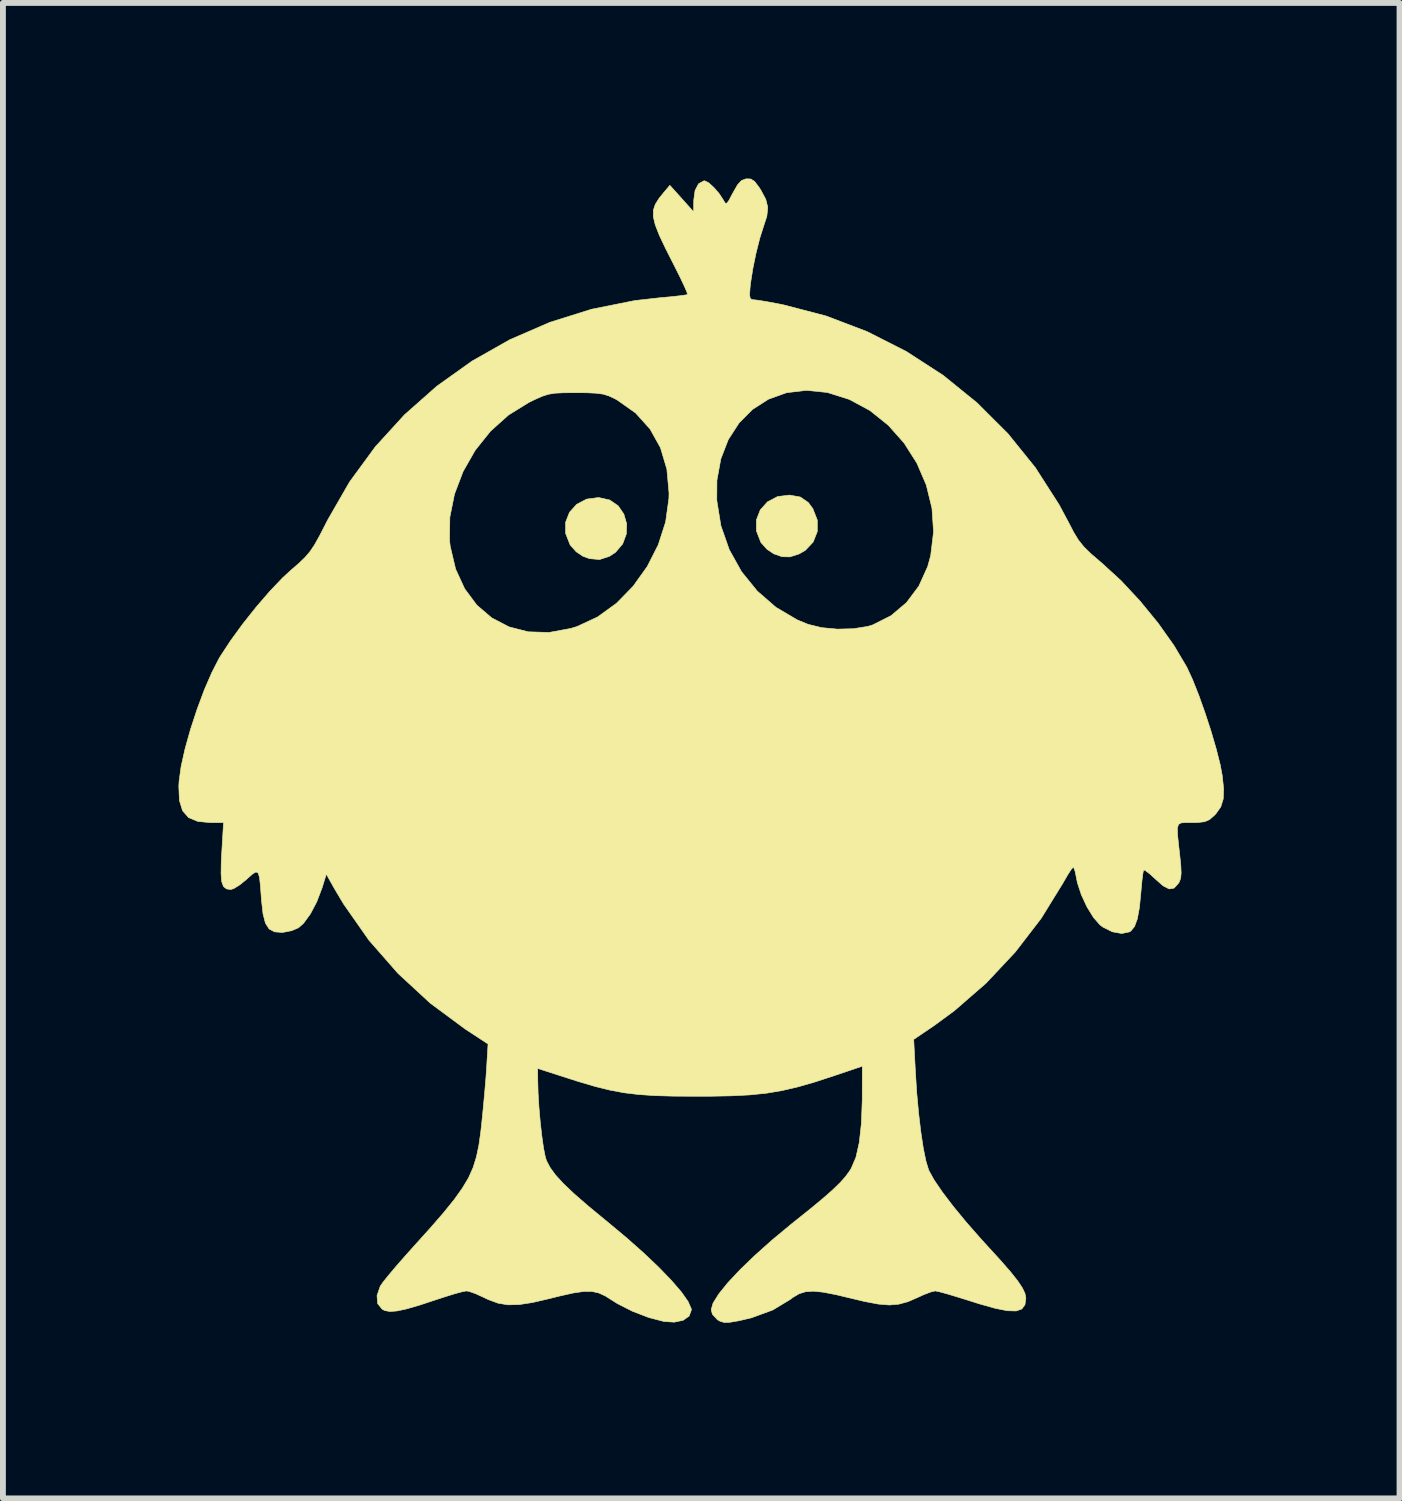
<source format=kicad_pcb>
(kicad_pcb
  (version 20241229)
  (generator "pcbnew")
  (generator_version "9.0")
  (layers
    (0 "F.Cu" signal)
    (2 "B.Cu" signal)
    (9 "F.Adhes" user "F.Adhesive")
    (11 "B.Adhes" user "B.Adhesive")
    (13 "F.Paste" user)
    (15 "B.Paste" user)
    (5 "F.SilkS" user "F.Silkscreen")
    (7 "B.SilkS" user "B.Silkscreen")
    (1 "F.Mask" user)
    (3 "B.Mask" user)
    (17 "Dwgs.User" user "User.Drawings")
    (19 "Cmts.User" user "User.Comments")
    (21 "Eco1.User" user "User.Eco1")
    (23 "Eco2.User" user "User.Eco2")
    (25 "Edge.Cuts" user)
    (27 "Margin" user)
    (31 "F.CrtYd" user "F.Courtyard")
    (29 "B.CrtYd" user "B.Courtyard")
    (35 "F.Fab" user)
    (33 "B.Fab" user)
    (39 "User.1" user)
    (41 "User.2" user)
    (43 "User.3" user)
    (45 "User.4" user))
  (footprint "duk-20mm"
    (layer "F.Cu")
    (at 8.888 9.776)
    (property "Reference" "duk-20mm" (at 0 0 0) (layer "F.SilkS") (effects (font (size 1.524 1.524) (thickness 0.3))))
    (attr through_hole)
    (fp_poly (pts (xy -1.522 -4.284) (xy -1.377 -4.184) (xy -1.28 -4.043) (xy -1.232 -3.877) (xy -1.238 -3.702) (xy -1.3 -3.534) (xy -1.421 -3.391) (xy -1.526 -3.322) (xy -1.693 -3.267) (xy -1.866 -3.282) (xy -1.978 -3.322) (xy -2.094 -3.4) (xy -2.193 -3.511) (xy -2.2 -3.522) (xy -2.275 -3.714) (xy -2.275 -3.903) (xy -2.209 -4.073) (xy -2.086 -4.21) (xy -1.916 -4.299) (xy -1.711 -4.326) (xy -1.522 -4.284)) (stroke (width 0.01) (type solid)) (fill yes) (layer "F.SilkS"))
    (fp_poly (pts (xy 1.734 -4.335) (xy 1.871 -4.241) (xy 1.949 -4.135) (xy 2.025 -3.941) (xy 2.025 -3.745) (xy 1.955 -3.567) (xy 1.821 -3.424) (xy 1.709 -3.36) (xy 1.556 -3.312) (xy 1.424 -3.315) (xy 1.281 -3.365) (xy 1.165 -3.443) (xy 1.066 -3.553) (xy 1.059 -3.564) (xy 0.985 -3.756) (xy 0.985 -3.945) (xy 1.051 -4.115) (xy 1.174 -4.252) (xy 1.344 -4.342) (xy 1.549 -4.368) (xy 1.734 -4.335)) (stroke (width 0.01) (type solid)) (fill yes) (layer "F.SilkS"))
    (fp_poly (pts (xy 0.889 -9.768) (xy 0.953 -9.727) (xy 1.026 -9.632) (xy 1.058 -9.583) (xy 1.144 -9.423) (xy 1.179 -9.283) (xy 1.163 -9.131) (xy 1.105 -8.954) (xy 1.041 -8.752) (xy 0.978 -8.5) (xy 0.923 -8.233) (xy 0.884 -7.985) (xy 0.876 -7.906) (xy 0.868 -7.784) (xy 0.881 -7.724) (xy 0.92 -7.705) (xy 0.94 -7.705) (xy 1.016 -7.696) (xy 1.152 -7.674) (xy 1.327 -7.642) (xy 1.443 -7.619) (xy 2.175 -7.428) (xy 2.878 -7.16) (xy 3.546 -6.821) (xy 4.173 -6.415) (xy 4.753 -5.945) (xy 5.281 -5.418) (xy 5.75 -4.837) (xy 6.154 -4.207) (xy 6.313 -3.91) (xy 6.406 -3.731) (xy 6.488 -3.597) (xy 6.579 -3.484) (xy 6.697 -3.368) (xy 6.861 -3.227) (xy 6.886 -3.206) (xy 7.214 -2.906) (xy 7.54 -2.556) (xy 7.848 -2.179) (xy 8.119 -1.797) (xy 8.335 -1.433) (xy 8.34 -1.423) (xy 8.437 -1.213) (xy 8.543 -0.946) (xy 8.65 -0.645) (xy 8.752 -0.333) (xy 8.84 -0.032) (xy 8.907 0.233) (xy 8.942 0.417) (xy 8.967 0.651) (xy 8.96 0.824) (xy 8.918 0.959) (xy 8.836 1.075) (xy 8.806 1.106) (xy 8.726 1.176) (xy 8.643 1.212) (xy 8.527 1.226) (xy 8.428 1.228) (xy 8.315 1.227) (xy 8.239 1.233) (xy 8.195 1.26) (xy 8.177 1.322) (xy 8.179 1.431) (xy 8.197 1.603) (xy 8.215 1.762) (xy 8.235 1.957) (xy 8.241 2.088) (xy 8.233 2.176) (xy 8.21 2.24) (xy 8.193 2.268) (xy 8.12 2.347) (xy 8.037 2.361) (xy 7.933 2.308) (xy 7.802 2.193) (xy 7.704 2.103) (xy 7.63 2.047) (xy 7.601 2.036) (xy 7.589 2.085) (xy 7.574 2.198) (xy 7.559 2.352) (xy 7.554 2.415) (xy 7.528 2.681) (xy 7.492 2.874) (xy 7.444 3.004) (xy 7.381 3.08) (xy 7.358 3.095) (xy 7.226 3.122) (xy 7.065 3.093) (xy 6.905 3.013) (xy 6.853 2.974) (xy 6.743 2.848) (xy 6.632 2.667) (xy 6.536 2.461) (xy 6.469 2.257) (xy 6.452 2.172) (xy 6.43 2.062) (xy 6.406 1.997) (xy 6.397 1.99) (xy 6.365 2.024) (xy 6.306 2.115) (xy 6.232 2.242) (xy 6.226 2.254) (xy 5.851 2.862) (xy 5.408 3.438) (xy 4.909 3.97) (xy 4.366 4.442) (xy 4.027 4.691) (xy 3.672 4.932) (xy 3.701 5.482) (xy 3.724 5.847) (xy 3.756 6.195) (xy 3.794 6.514) (xy 3.836 6.791) (xy 3.881 7.011) (xy 3.927 7.161) (xy 3.932 7.173) (xy 4.02 7.332) (xy 4.16 7.538) (xy 4.345 7.781) (xy 4.566 8.05) (xy 4.815 8.334) (xy 4.936 8.467) (xy 5.16 8.712) (xy 5.329 8.906) (xy 5.45 9.059) (xy 5.529 9.178) (xy 5.573 9.272) (xy 5.588 9.35) (xy 5.588 9.357) (xy 5.572 9.466) (xy 5.519 9.537) (xy 5.422 9.571) (xy 5.273 9.567) (xy 5.065 9.526) (xy 4.792 9.449) (xy 4.644 9.402) (xy 4.439 9.338) (xy 4.26 9.284) (xy 4.122 9.246) (xy 4.044 9.229) (xy 4.038 9.229) (xy 3.963 9.247) (xy 3.843 9.293) (xy 3.74 9.34) (xy 3.572 9.413) (xy 3.417 9.455) (xy 3.255 9.469) (xy 3.065 9.453) (xy 2.828 9.408) (xy 2.627 9.36) (xy 2.342 9.292) (xy 2.124 9.25) (xy 1.957 9.233) (xy 1.826 9.242) (xy 1.716 9.276) (xy 1.612 9.337) (xy 1.563 9.374) (xy 1.265 9.554) (xy 0.899 9.688) (xy 0.686 9.738) (xy 0.534 9.764) (xy 0.437 9.768) (xy 0.365 9.747) (xy 0.318 9.72) (xy 0.233 9.628) (xy 0.212 9.549) (xy 0.245 9.435) (xy 0.343 9.279) (xy 0.498 9.087) (xy 0.706 8.866) (xy 0.959 8.622) (xy 1.252 8.36) (xy 1.58 8.088) (xy 1.63 8.048) (xy 1.905 7.828) (xy 2.121 7.649) (xy 2.287 7.503) (xy 2.412 7.382) (xy 2.505 7.278) (xy 2.576 7.181) (xy 2.605 7.134) (xy 2.685 6.947) (xy 2.742 6.694) (xy 2.778 6.369) (xy 2.793 5.968) (xy 2.793 5.88) (xy 2.794 5.389) (xy 2.318 5.55) (xy 1.985 5.659) (xy 1.692 5.743) (xy 1.422 5.806) (xy 1.153 5.851) (xy 0.868 5.88) (xy 0.546 5.896) (xy 0.168 5.903) (xy -0.042 5.903) (xy -0.43 5.901) (xy -0.752 5.892) (xy -1.028 5.873) (xy -1.277 5.843) (xy -1.518 5.798) (xy -1.769 5.736) (xy -2.051 5.653) (xy -2.298 5.574) (xy -2.752 5.428) (xy -2.751 5.624) (xy -2.745 5.847) (xy -2.73 6.094) (xy -2.708 6.346) (xy -2.681 6.584) (xy -2.652 6.788) (xy -2.622 6.939) (xy -2.603 7) (xy -2.542 7.118) (xy -2.448 7.247) (xy -2.315 7.393) (xy -2.135 7.564) (xy -1.901 7.768) (xy -1.606 8.012) (xy -1.566 8.044) (xy -1.239 8.317) (xy -0.942 8.58) (xy -0.682 8.827) (xy -0.465 9.052) (xy -0.296 9.248) (xy -0.183 9.409) (xy -0.13 9.529) (xy -0.127 9.556) (xy -0.165 9.658) (xy -0.267 9.73) (xy -0.418 9.762) (xy -0.593 9.751) (xy -0.855 9.683) (xy -1.135 9.575) (xy -1.389 9.446) (xy -1.47 9.395) (xy -1.596 9.315) (xy -1.71 9.263) (xy -1.828 9.237) (xy -1.968 9.238) (xy -2.145 9.264) (xy -2.377 9.316) (xy -2.553 9.36) (xy -2.842 9.427) (xy -3.071 9.462) (xy -3.26 9.466) (xy -3.429 9.438) (xy -3.595 9.377) (xy -3.678 9.337) (xy -3.81 9.277) (xy -3.922 9.237) (xy -3.97 9.229) (xy -4.04 9.242) (xy -4.17 9.277) (xy -4.34 9.33) (xy -4.49 9.379) (xy -4.775 9.473) (xy -4.993 9.536) (xy -5.156 9.571) (xy -5.275 9.58) (xy -5.362 9.565) (xy -5.408 9.542) (xy -5.486 9.446) (xy -5.497 9.309) (xy -5.442 9.149) (xy -5.395 9.08) (xy -5.3 8.962) (xy -5.169 8.806) (xy -5.012 8.627) (xy -4.865 8.463) (xy -4.586 8.153) (xy -4.359 7.892) (xy -4.179 7.669) (xy -4.039 7.473) (xy -3.932 7.294) (xy -3.854 7.118) (xy -3.798 6.936) (xy -3.756 6.737) (xy -3.724 6.507) (xy -3.709 6.371) (xy -3.683 6.113) (xy -3.658 5.844) (xy -3.637 5.596) (xy -3.623 5.4) (xy -3.623 5.394) (xy -3.6 5.01) (xy -3.991 4.754) (xy -4.588 4.312) (xy -5.138 3.804) (xy -5.634 3.238) (xy -6.066 2.621) (xy -6.224 2.356) (xy -6.363 2.108) (xy -6.436 2.343) (xy -6.526 2.58) (xy -6.636 2.789) (xy -6.754 2.95) (xy -6.838 3.024) (xy -6.955 3.074) (xy -7.098 3.102) (xy -7.119 3.104) (xy -7.247 3.094) (xy -7.34 3.045) (xy -7.404 2.944) (xy -7.445 2.782) (xy -7.471 2.548) (xy -7.473 2.519) (xy -7.489 2.302) (xy -7.505 2.161) (xy -7.528 2.087) (xy -7.566 2.071) (xy -7.623 2.105) (xy -7.709 2.181) (xy -7.725 2.196) (xy -7.84 2.29) (xy -7.941 2.353) (xy -7.995 2.371) (xy -8.069 2.36) (xy -8.12 2.319) (xy -8.15 2.237) (xy -8.161 2.102) (xy -8.158 1.901) (xy -8.149 1.736) (xy -8.119 1.228) (xy -8.337 1.228) (xy -8.557 1.208) (xy -8.716 1.142) (xy -8.819 1.025) (xy -8.873 0.848) (xy -8.883 0.604) (xy -8.878 0.517) (xy -8.844 0.269) (xy -8.777 -0.031) (xy -8.684 -0.363) (xy -8.572 -0.705) (xy -8.449 -1.036) (xy -8.32 -1.334) (xy -8.195 -1.578) (xy -8.179 -1.605) (xy -8.001 -1.877) (xy -7.79 -2.167) (xy -7.56 -2.456) (xy -7.328 -2.725) (xy -7.11 -2.954) (xy -6.964 -3.088) (xy -6.83 -3.204) (xy -6.728 -3.302) (xy -6.644 -3.4) (xy -6.566 -3.515) (xy -6.522 -3.594) (xy -4.258 -3.594) (xy -4.246 -3.49) (xy -4.154 -3.103) (xy -4 -2.768) (xy -3.792 -2.488) (xy -3.537 -2.27) (xy -3.241 -2.116) (xy -2.913 -2.032) (xy -2.558 -2.021) (xy -2.184 -2.09) (xy -2.078 -2.123) (xy -1.728 -2.286) (xy -1.406 -2.519) (xy -1.121 -2.811) (xy -0.88 -3.148) (xy -0.692 -3.518) (xy -0.566 -3.91) (xy -0.515 -4.276) (xy 0.308 -4.276) (xy 0.378 -3.843) (xy 0.521 -3.435) (xy 0.73 -3.06) (xy 0.999 -2.728) (xy 1.319 -2.45) (xy 1.684 -2.235) (xy 1.87 -2.159) (xy 2.099 -2.103) (xy 2.368 -2.078) (xy 2.642 -2.085) (xy 2.887 -2.124) (xy 2.972 -2.15) (xy 3.284 -2.307) (xy 3.549 -2.531) (xy 3.76 -2.813) (xy 3.911 -3.147) (xy 3.962 -3.333) (xy 4.011 -3.739) (xy 3.984 -4.145) (xy 3.887 -4.54) (xy 3.726 -4.914) (xy 3.508 -5.257) (xy 3.239 -5.56) (xy 2.925 -5.812) (xy 2.573 -6.002) (xy 2.196 -6.121) (xy 1.837 -6.157) (xy 1.5 -6.117) (xy 1.191 -6.006) (xy 0.918 -5.831) (xy 0.687 -5.598) (xy 0.504 -5.315) (xy 0.377 -4.987) (xy 0.31 -4.62) (xy 0.308 -4.276) (xy -0.515 -4.276) (xy -0.51 -4.311) (xy -0.508 -4.403) (xy -0.545 -4.81) (xy -0.654 -5.176) (xy -0.833 -5.497) (xy -1.079 -5.77) (xy -1.392 -5.991) (xy -1.439 -6.017) (xy -1.536 -6.062) (xy -1.632 -6.092) (xy -1.75 -6.108) (xy -1.912 -6.116) (xy -2.098 -6.117) (xy -2.305 -6.116) (xy -2.454 -6.109) (xy -2.57 -6.09) (xy -2.678 -6.055) (xy -2.806 -5.998) (xy -2.902 -5.951) (xy -3.25 -5.736) (xy -3.558 -5.46) (xy -3.819 -5.134) (xy -4.026 -4.772) (xy -4.173 -4.386) (xy -4.253 -3.989) (xy -4.258 -3.594) (xy -6.522 -3.594) (xy -6.481 -3.667) (xy -6.376 -3.871) (xy -6.34 -3.942) (xy -5.966 -4.592) (xy -5.527 -5.192) (xy -5.028 -5.739) (xy -4.474 -6.229) (xy -3.872 -6.658) (xy -3.227 -7.023) (xy -2.545 -7.319) (xy -1.832 -7.543) (xy -1.092 -7.691) (xy -0.666 -7.739) (xy -0.479 -7.756) (xy -0.325 -7.773) (xy -0.224 -7.787) (xy -0.192 -7.795) (xy -0.203 -7.837) (xy -0.248 -7.94) (xy -0.318 -8.088) (xy -0.408 -8.267) (xy -0.424 -8.299) (xy -0.569 -8.585) (xy -0.675 -8.809) (xy -0.743 -8.984) (xy -0.776 -9.121) (xy -0.776 -9.234) (xy -0.743 -9.334) (xy -0.681 -9.434) (xy -0.612 -9.52) (xy -0.494 -9.66) (xy -0.291 -9.434) (xy -0.088 -9.207) (xy -0.086 -9.406) (xy -0.063 -9.573) (xy -0.003 -9.687) (xy 0.087 -9.736) (xy 0.101 -9.737) (xy 0.167 -9.705) (xy 0.256 -9.625) (xy 0.348 -9.519) (xy 0.419 -9.41) (xy 0.421 -9.406) (xy 0.451 -9.357) (xy 0.478 -9.352) (xy 0.516 -9.403) (xy 0.577 -9.519) (xy 0.585 -9.533) (xy 0.662 -9.668) (xy 0.729 -9.741) (xy 0.805 -9.77) (xy 0.814 -9.771) (xy 0.889 -9.768)) (stroke (width 0.01) (type solid)) (fill yes) (layer "F.SilkS")))
  (gr_rect
    (start -3 -3)
    (end 20.86 22.549)
    (stroke (width 0.1) (type default))
    (fill no)
    (layer "Edge.Cuts")))
</source>
